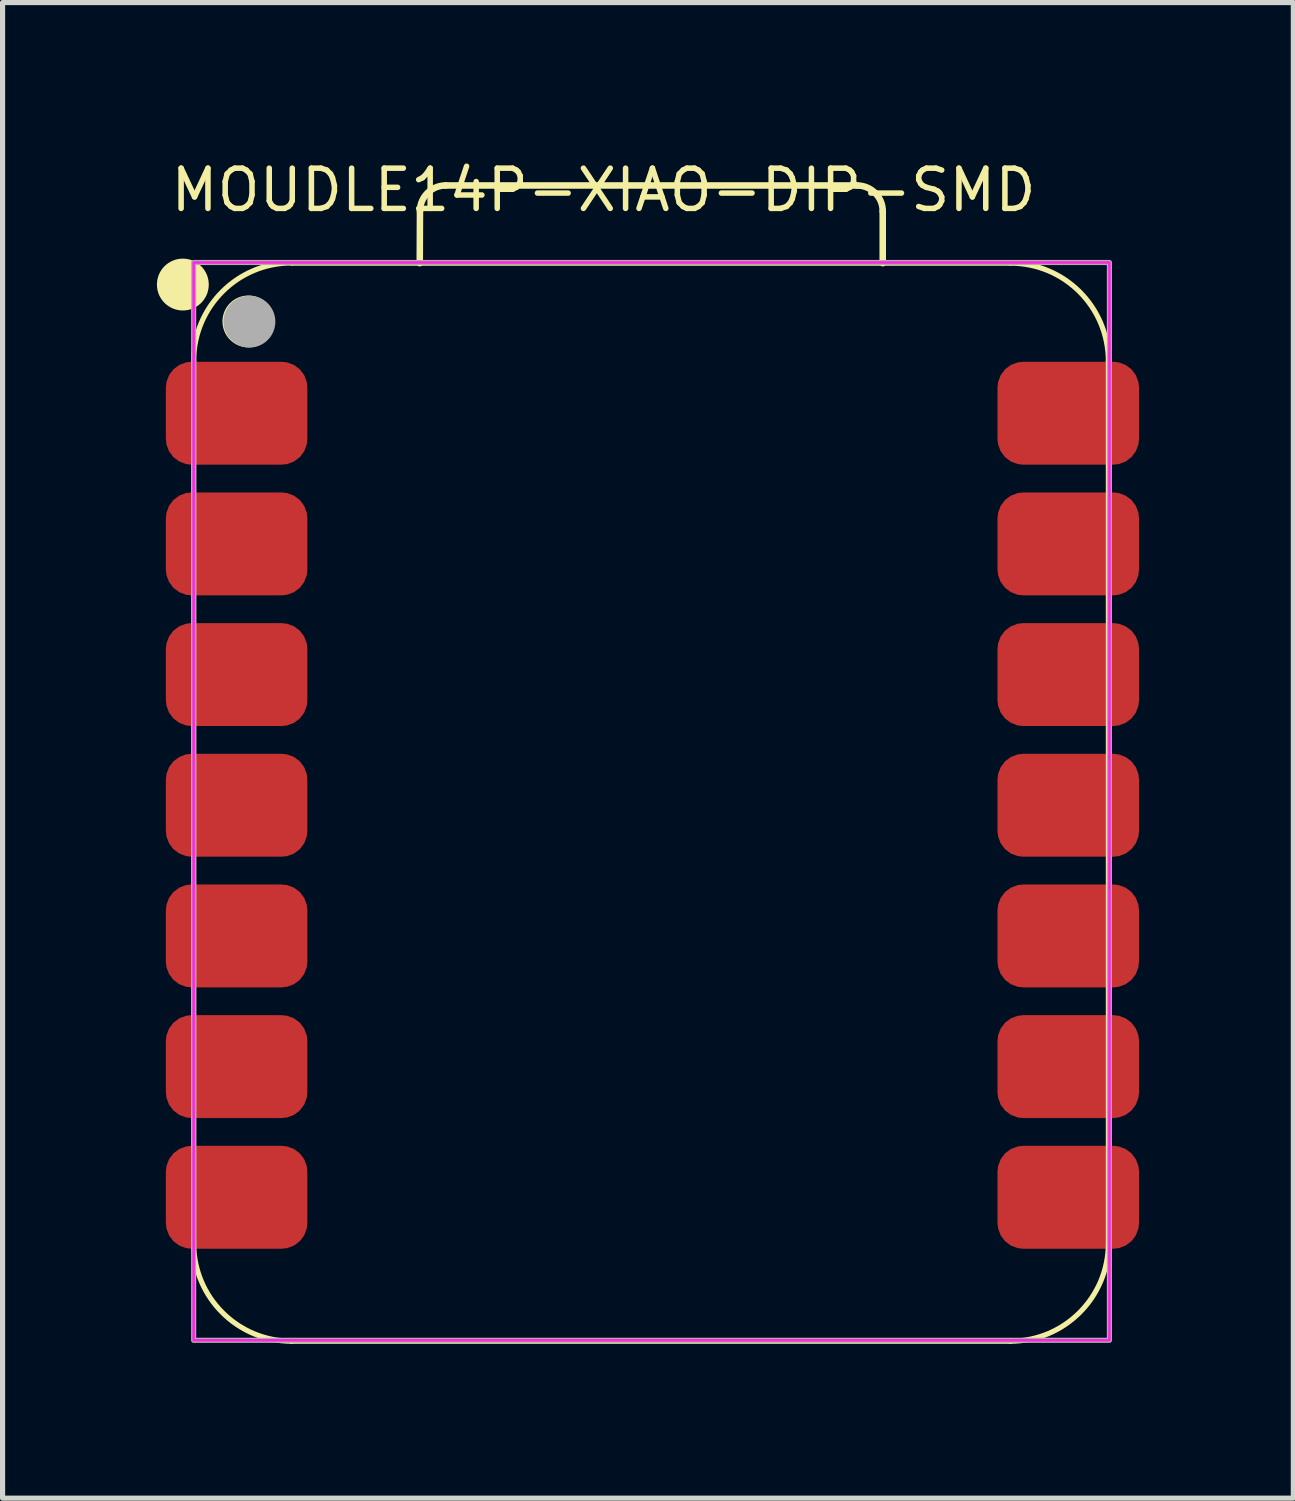
<source format=kicad_pcb>
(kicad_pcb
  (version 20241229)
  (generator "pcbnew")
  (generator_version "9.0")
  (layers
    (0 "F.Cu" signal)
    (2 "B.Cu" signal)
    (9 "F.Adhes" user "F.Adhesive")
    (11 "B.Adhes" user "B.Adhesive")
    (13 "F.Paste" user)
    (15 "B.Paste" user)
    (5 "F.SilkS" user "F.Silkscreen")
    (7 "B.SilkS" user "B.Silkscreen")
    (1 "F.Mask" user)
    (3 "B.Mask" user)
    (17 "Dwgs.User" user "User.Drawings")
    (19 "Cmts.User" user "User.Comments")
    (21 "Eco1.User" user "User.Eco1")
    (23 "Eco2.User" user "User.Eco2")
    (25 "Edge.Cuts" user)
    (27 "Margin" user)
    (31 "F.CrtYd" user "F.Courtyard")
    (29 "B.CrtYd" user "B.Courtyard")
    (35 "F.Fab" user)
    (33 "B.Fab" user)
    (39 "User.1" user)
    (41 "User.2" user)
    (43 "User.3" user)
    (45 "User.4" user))
  (footprint "MOUDLE14P-XIAO-DIP-SMD"
    (layer "F.Cu")
    (at 9.659 12.602)
    (property "Reference" "MOUDLE14P-XIAO-DIP-SMD" (at -9.445 -11.5 0) (layer "F.SilkS") (effects (font (size 0.782 0.782) (thickness 0.107)) (justify left bottom)))
    (fp_line (start -8.945 8.513) (end -8.945 -8.632) (stroke (width 0.1) (type solid)) (layer "F.SilkS"))
    (fp_line (start -7.04 10.418) (end 6.93 10.418) (stroke (width 0.1) (type solid)) (layer "F.SilkS"))
    (fp_line (start -4.55 -10.537) (end -4.546 -11.547) (stroke (width 0.127) (type solid)) (layer "F.SilkS"))
    (fp_line (start -4.046 -12.047) (end 3.949 -12.047) (stroke (width 0.127) (type solid)) (layer "F.SilkS"))
    (fp_line (start 4.449 -11.547) (end 4.449 -10.537) (stroke (width 0.127) (type solid)) (layer "F.SilkS"))
    (fp_line (start 6.93 -10.537) (end -7.04 -10.537) (stroke (width 0.1) (type solid)) (layer "F.SilkS"))
    (fp_line (start 8.835 8.513) (end 8.835 -8.632) (stroke (width 0.1) (type solid)) (layer "F.SilkS"))
    (fp_arc (start -8.945 -8.636) (mid -8.387038 -9.983038) (end -7.04 -10.541) (stroke (width 0.1) (type solid)) (layer "F.SilkS"))
    (fp_arc (start -7.04 10.418) (mid -8.387038 9.860038) (end -8.945 8.513) (stroke (width 0.1) (type solid)) (layer "F.SilkS"))
    (fp_arc (start -4.546272 -11.547272) (mid -4.399724 -11.900644) (end -4.046272 -12.047) (stroke (width 0.127) (type default)) (layer "F.SilkS"))
    (fp_arc (start 3.949 -12.047) (mid 4.302524 -11.900524) (end 4.449 -11.547) (stroke (width 0.127) (type default)) (layer "F.SilkS"))
    (fp_arc (start 6.93 -10.537) (mid 8.277024 -9.979024) (end 8.835 -8.632) (stroke (width 0.1) (type solid)) (layer "F.SilkS"))
    (fp_arc (start 8.835 8.513) (mid 8.277038 9.860038) (end 6.93 10.418) (stroke (width 0.1) (type solid)) (layer "F.SilkS"))
    (fp_circle (center -9.155 -10.121) (end -9.155 -10.375) (stroke (width 0.5) (type solid)) (fill yes) (layer "F.SilkS"))
    (fp_circle (center -7.881 -9.404) (end -7.881 -9.658) (stroke (width 0.5) (type solid)) (fill yes) (layer "F.SilkS"))
    (fp_rect (start -8.945 -10.55) (end 8.855 10.4) (stroke (width 0.05) (type default)) (fill no) (layer "F.CrtYd"))
    (fp_rect (start -8.945 -10.55) (end 8.855 10.4) (stroke (width 0.1) (type default)) (fill no) (layer "F.Fab"))
    (fp_circle (center -7.861 -9.4) (end -7.861 -9.654) (stroke (width 0.5) (type solid)) (fill yes) (layer "F.Fab"))
    (pad "1" smd roundrect (at -8.11 -7.62) (size 2.75 2) (layers "F.Cu" "F.Mask" "F.Paste") (roundrect_rratio 0.25))
    (pad "2" smd roundrect (at -8.11 -5.08) (size 2.75 2) (layers "F.Cu" "F.Mask" "F.Paste") (roundrect_rratio 0.25))
    (pad "3" smd roundrect (at -8.11 -2.54) (size 2.75 2) (layers "F.Cu" "F.Mask" "F.Paste") (roundrect_rratio 0.25))
    (pad "4" smd roundrect (at -8.11 0) (size 2.75 2) (layers "F.Cu" "F.Mask" "F.Paste") (roundrect_rratio 0.25))
    (pad "5" smd roundrect (at -8.11 2.54) (size 2.75 2) (layers "F.Cu" "F.Mask" "F.Paste") (roundrect_rratio 0.25))
    (pad "6" smd roundrect (at -8.11 5.08) (size 2.75 2) (layers "F.Cu" "F.Mask" "F.Paste") (roundrect_rratio 0.25))
    (pad "7" smd roundrect (at -8.11 7.62) (size 2.75 2) (layers "F.Cu" "F.Mask" "F.Paste") (roundrect_rratio 0.25))
    (pad "8" smd roundrect (at 8.055 7.62) (size 2.75 2) (layers "F.Cu" "F.Mask" "F.Paste") (roundrect_rratio 0.25))
    (pad "9" smd roundrect (at 8.055 5.08) (size 2.75 2) (layers "F.Cu" "F.Mask" "F.Paste") (roundrect_rratio 0.25))
    (pad "10" smd roundrect (at 8.055 2.54) (size 2.75 2) (layers "F.Cu" "F.Mask" "F.Paste") (roundrect_rratio 0.25))
    (pad "11" smd roundrect (at 8.055 0) (size 2.75 2) (layers "F.Cu" "F.Mask" "F.Paste") (roundrect_rratio 0.25))
    (pad "12" smd roundrect (at 8.055 -2.54) (size 2.75 2) (layers "F.Cu" "F.Mask" "F.Paste") (roundrect_rratio 0.25))
    (pad "13" smd roundrect (at 8.055 -5.08) (size 2.75 2) (layers "F.Cu" "F.Mask" "F.Paste") (roundrect_rratio 0.25))
    (pad "14" smd roundrect (at 8.055 -7.62) (size 2.75 2) (layers "F.Cu" "F.Mask" "F.Paste") (roundrect_rratio 0.25)))
  (gr_rect
    (start -3 -3)
    (end 22.089 26.07)
    (stroke (width 0.1) (type default))
    (fill no)
    (layer "Edge.Cuts")))
</source>
